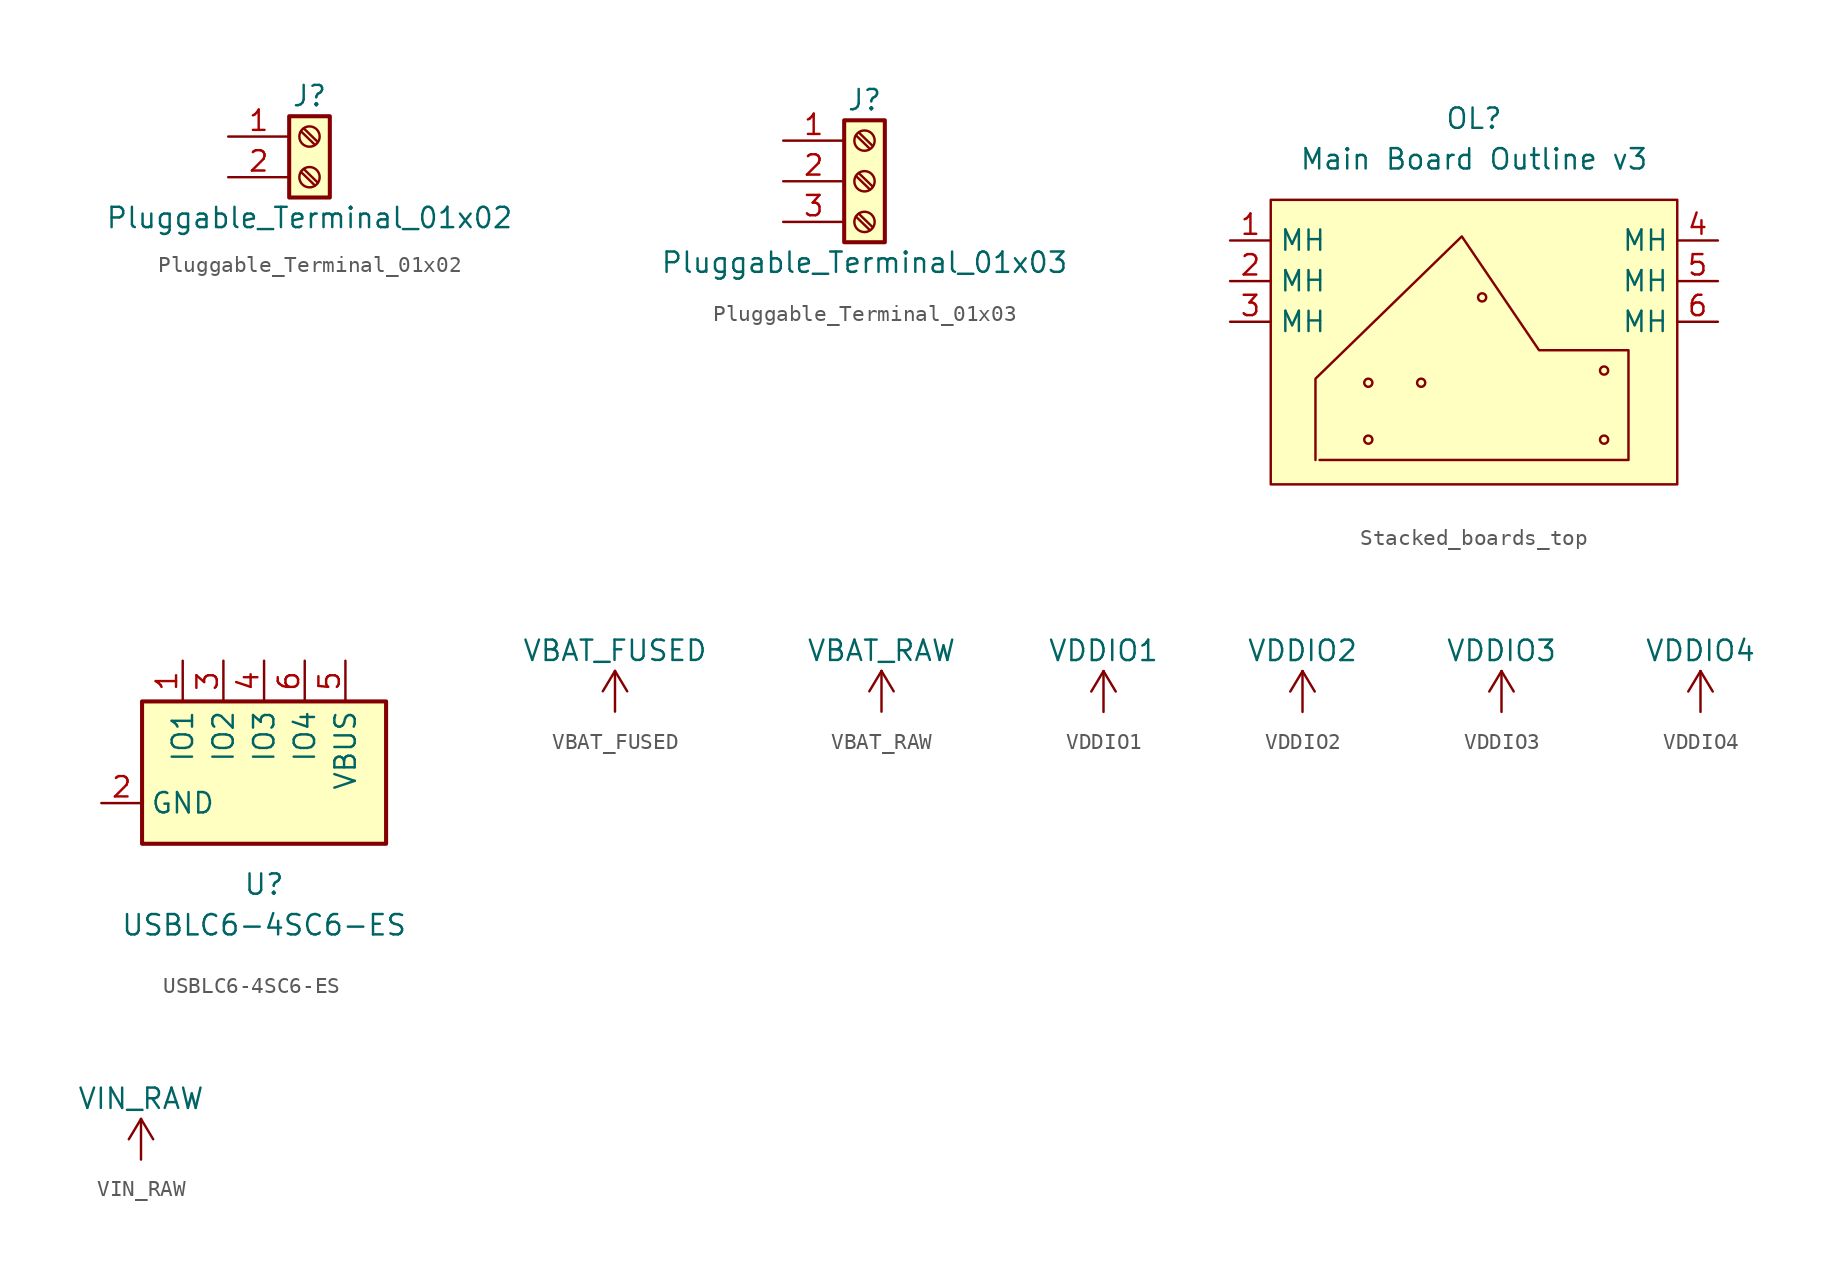
<source format=kicad_sym>
(kicad_symbol_lib
  (version 20231120)
  (generator "kicad_symbol_editor")
  (generator_version "8.0")
  (symbol "Pluggable_Terminal_01x02"
    (pin_names
      (offset 1.016) hide)
    (property "Reference" "J"
      (at 0 2.54 0)
      (effects (font (size 1.27 1.27))))
    (property "Value" "Pluggable_Terminal_01x02"
      (at 0 -5.08 0)
      (effects (font (size 1.27 1.27))))
    (symbol "Pluggable_Terminal_01x02_1_1"
      (rectangle (start -1.27 1.27) (end 1.27 -3.81) (stroke (width 0.254) (type default)) (fill (type background)))
      (circle (center 0 -2.54) (radius 0.635) (stroke (width 0.152) (type default)) (fill (type none)))
      (polyline (pts (xy -0.533 -2.21) (xy 0.33 -3.048)) (stroke (width 0.152) (type default)) (fill (type none)))
      (polyline (pts (xy -0.533 0.33) (xy 0.33 -0.508)) (stroke (width 0.152) (type default)) (fill (type none)))
      (polyline (pts (xy -0.356 -2.032) (xy 0.508 -2.87)) (stroke (width 0.152) (type default)) (fill (type none)))
      (polyline (pts (xy -0.356 0.508) (xy 0.508 -0.33)) (stroke (width 0.152) (type default)) (fill (type none)))
      (circle (center 0 0) (radius 0.635) (stroke (width 0.152) (type default)) (fill (type none)))
      (pin passive line (at -5.08 0 0) (length 3.81) (name "Pin_1" (effects (font (size 1.27 1.27)))) (number "1" (effects (font (size 1.27 1.27)))))
      (pin passive line (at -5.08 -2.54 0) (length 3.81) (name "Pin_2" (effects (font (size 1.27 1.27)))) (number "2" (effects (font (size 1.27 1.27)))))))
  (symbol "Pluggable_Terminal_01x03"
    (pin_names
      (offset 1.016) hide)
    (property "Reference" "J"
      (at 0 5.08 0)
      (effects (font (size 1.27 1.27))))
    (property "Value" "Pluggable_Terminal_01x03"
      (at 0 -5.08 0)
      (effects (font (size 1.27 1.27))))
    (symbol "Pluggable_Terminal_01x03_1_1"
      (rectangle (start -1.27 3.81) (end 1.27 -3.81) (stroke (width 0.254) (type default)) (fill (type background)))
      (circle (center 0 -2.54) (radius 0.635) (stroke (width 0.152) (type default)) (fill (type none)))
      (polyline (pts (xy -0.533 -2.21) (xy 0.33 -3.048)) (stroke (width 0.152) (type default)) (fill (type none)))
      (polyline (pts (xy -0.533 0.33) (xy 0.33 -0.508)) (stroke (width 0.152) (type default)) (fill (type none)))
      (polyline (pts (xy -0.533 2.87) (xy 0.33 2.032)) (stroke (width 0.152) (type default)) (fill (type none)))
      (polyline (pts (xy -0.356 -2.032) (xy 0.508 -2.87)) (stroke (width 0.152) (type default)) (fill (type none)))
      (polyline (pts (xy -0.356 0.508) (xy 0.508 -0.33)) (stroke (width 0.152) (type default)) (fill (type none)))
      (polyline (pts (xy -0.356 3.048) (xy 0.508 2.21)) (stroke (width 0.152) (type default)) (fill (type none)))
      (circle (center 0 0) (radius 0.635) (stroke (width 0.152) (type default)) (fill (type none)))
      (circle (center 0 2.54) (radius 0.635) (stroke (width 0.152) (type default)) (fill (type none)))
      (pin passive line (at -5.08 2.54 0) (length 3.81) (name "Pin_1" (effects (font (size 1.27 1.27)))) (number "1" (effects (font (size 1.27 1.27)))))
      (pin passive line (at -5.08 0 0) (length 3.81) (name "Pin_2" (effects (font (size 1.27 1.27)))) (number "2" (effects (font (size 1.27 1.27)))))
      (pin passive line (at -5.08 -2.54 0) (length 3.81) (name "Pin_3" (effects (font (size 1.27 1.27)))) (number "3" (effects (font (size 1.27 1.27)))))))
  (symbol "Stacked_boards_top"
    (property "Reference" "OL"
      (at 0 5.08 0)
      (effects (font (size 1.27 1.27))))
    (property "Value" "Main Board Outline v3"
      (at 0 2.54 0)
      (effects (font (size 1.27 1.27))))
    (symbol "Stacked_boards_top_0_0"
      (pin unspecified line (at -15.24 -2.54 0) (length 2.54) (name "MH" (effects (font (size 1.27 1.27)))) (number "1" (effects (font (size 1.27 1.27)))))
      (pin unspecified line (at -15.24 -5.08 0) (length 2.54) (name "MH" (effects (font (size 1.27 1.27)))) (number "2" (effects (font (size 1.27 1.27)))))
      (pin unspecified line (at -15.24 -7.62 0) (length 2.54) (name "MH" (effects (font (size 1.27 1.27)))) (number "3" (effects (font (size 1.27 1.27)))))
      (pin unspecified line (at 15.24 -2.54 180) (length 2.54) (name "MH" (effects (font (size 1.27 1.27)))) (number "4" (effects (font (size 1.27 1.27)))))
      (pin unspecified line (at 15.24 -5.08 180) (length 2.54) (name "MH" (effects (font (size 1.27 1.27)))) (number "5" (effects (font (size 1.27 1.27)))))
      (pin unspecified line (at 15.24 -7.62 180) (length 2.54) (name "MH" (effects (font (size 1.27 1.27)))) (number "6" (effects (font (size 1.27 1.27))))))
    (symbol "Stacked_boards_top_1_1"
      (rectangle (start -12.7 0) (end 12.7 -17.78) (stroke (width 0) (type default)) (fill (type background)))
      (circle (center -6.604 -14.986) (radius 0.254) (stroke (width 0) (type default)) (fill (type none)))
      (circle (center -6.604 -11.43) (radius 0.254) (stroke (width 0) (type default)) (fill (type none)))
      (circle (center -3.302 -11.43) (radius 0.254) (stroke (width 0) (type default)) (fill (type none)))
      (polyline (pts (xy -9.906 -16.256) (xy -9.906 -11.176) (xy -0.762 -2.286) (xy 4.064 -9.398) (xy 9.652 -9.398) (xy 9.652 -16.256) (xy -9.652 -16.256)) (stroke (width 0) (type default)) (fill (type none)))
      (circle (center 0.508 -6.096) (radius 0.254) (stroke (width 0) (type default)) (fill (type none)))
      (circle (center 8.128 -14.986) (radius 0.254) (stroke (width 0) (type default)) (fill (type none)))
      (circle (center 8.128 -10.668) (radius 0.254) (stroke (width 0) (type default)) (fill (type none)))))
  (symbol "USBLC6-4SC6-ES"
    (property "Reference" "U"
      (at 0 -6.35 0)
      (effects (font (size 1.27 1.27))))
    (property "Value" "USBLC6-4SC6-ES"
      (at 0 -8.89 0)
      (effects (font (size 1.27 1.27))))
    (symbol "USBLC6-4SC6-ES_1_1"
      (rectangle (start -7.62 5.08) (end 7.62 -3.81) (stroke (width 0.254) (type default)) (fill (type background)))
      (pin passive line (at -5.08 7.62 270) (length 2.54) (name "IO1" (effects (font (size 1.27 1.27)))) (number "1" (effects (font (size 1.27 1.27)))))
      (pin passive line (at -10.16 -1.27 0) (length 2.54) (name "GND" (effects (font (size 1.27 1.27)))) (number "2" (effects (font (size 1.27 1.27)))))
      (pin passive line (at -2.54 7.62 270) (length 2.54) (name "IO2" (effects (font (size 1.27 1.27)))) (number "3" (effects (font (size 1.27 1.27)))))
      (pin passive line (at 0 7.62 270) (length 2.54) (name "IO3" (effects (font (size 1.27 1.27)))) (number "4" (effects (font (size 1.27 1.27)))))
      (pin passive line (at 5.08 7.62 270) (length 2.54) (name "VBUS" (effects (font (size 1.27 1.27)))) (number "5" (effects (font (size 1.27 1.27)))))
      (pin passive line (at 2.54 7.62 270) (length 2.54) (name "IO4" (effects (font (size 1.27 1.27)))) (number "6" (effects (font (size 1.27 1.27)))))))
  (symbol "VBAT_FUSED"
    (power)
    (pin_names
      (offset 0))
    (property "Reference" "#PWR"
      (at 0 -3.81 0)
      (effects (font (size 1.27 1.27)) (hide yes)))
    (property "Value" "VBAT_FUSED"
      (at 0 3.81 0)
      (effects (font (size 1.27 1.27))))
    (symbol "VBAT_FUSED_0_1"
      (polyline (pts (xy -0.762 1.27) (xy 0 2.54)) (stroke (width 0) (type default)) (fill (type none)))
      (polyline (pts (xy 0 0) (xy 0 2.54)) (stroke (width 0) (type default)) (fill (type none)))
      (polyline (pts (xy 0 2.54) (xy 0.762 1.27)) (stroke (width 0) (type default)) (fill (type none))))
    (symbol "VBAT_FUSED_1_1"
      (pin power_in line (at 0 0 90) (length 0) hide (name "VBAT_FUSED" (effects (font (size 1.27 1.27)))) (number "1" (effects (font (size 1.27 1.27)))))))
  (symbol "VBAT_RAW"
    (power)
    (pin_names
      (offset 0))
    (property "Reference" "#PWR"
      (at 0 -3.81 0)
      (effects (font (size 1.27 1.27)) (hide yes)))
    (property "Value" "VBAT_RAW"
      (at 0 3.81 0)
      (effects (font (size 1.27 1.27))))
    (symbol "VBAT_RAW_0_1"
      (polyline (pts (xy -0.762 1.27) (xy 0 2.54)) (stroke (width 0) (type default)) (fill (type none)))
      (polyline (pts (xy 0 0) (xy 0 2.54)) (stroke (width 0) (type default)) (fill (type none)))
      (polyline (pts (xy 0 2.54) (xy 0.762 1.27)) (stroke (width 0) (type default)) (fill (type none))))
    (symbol "VBAT_RAW_1_1"
      (pin power_in line (at 0 0 90) (length 0) hide (name "VBAT_RAW" (effects (font (size 1.27 1.27)))) (number "1" (effects (font (size 1.27 1.27)))))))
  (symbol "VDDIO1"
    (power)
    (pin_names
      (offset 0))
    (property "Reference" "#PWR"
      (at 0 -3.81 0)
      (effects (font (size 1.27 1.27)) (hide yes)))
    (property "Value" "VDDIO1"
      (at 0 3.81 0)
      (effects (font (size 1.27 1.27))))
    (symbol "VDDIO1_0_1"
      (polyline (pts (xy -0.762 1.27) (xy 0 2.54)) (stroke (width 0) (type default)) (fill (type none)))
      (polyline (pts (xy 0 0) (xy 0 2.54)) (stroke (width 0) (type default)) (fill (type none)))
      (polyline (pts (xy 0 2.54) (xy 0.762 1.27)) (stroke (width 0) (type default)) (fill (type none))))
    (symbol "VDDIO1_1_1"
      (pin power_in line (at 0 0 90) (length 0) hide (name "VDDIO1" (effects (font (size 1.27 1.27)))) (number "1" (effects (font (size 1.27 1.27)))))))
  (symbol "VDDIO2"
    (power)
    (pin_names
      (offset 0))
    (property "Reference" "#PWR"
      (at 0 -3.81 0)
      (effects (font (size 1.27 1.27)) (hide yes)))
    (property "Value" "VDDIO2"
      (at 0 3.81 0)
      (effects (font (size 1.27 1.27))))
    (symbol "VDDIO2_0_1"
      (polyline (pts (xy -0.762 1.27) (xy 0 2.54)) (stroke (width 0) (type default)) (fill (type none)))
      (polyline (pts (xy 0 0) (xy 0 2.54)) (stroke (width 0) (type default)) (fill (type none)))
      (polyline (pts (xy 0 2.54) (xy 0.762 1.27)) (stroke (width 0) (type default)) (fill (type none))))
    (symbol "VDDIO2_1_1"
      (pin power_in line (at 0 0 90) (length 0) hide (name "VDDIO2" (effects (font (size 1.27 1.27)))) (number "1" (effects (font (size 1.27 1.27)))))))
  (symbol "VDDIO3"
    (power)
    (pin_names
      (offset 0))
    (property "Reference" "#PWR"
      (at 0 -3.81 0)
      (effects (font (size 1.27 1.27)) (hide yes)))
    (property "Value" "VDDIO3"
      (at 0 3.81 0)
      (effects (font (size 1.27 1.27))))
    (symbol "VDDIO3_0_1"
      (polyline (pts (xy -0.762 1.27) (xy 0 2.54)) (stroke (width 0) (type default)) (fill (type none)))
      (polyline (pts (xy 0 0) (xy 0 2.54)) (stroke (width 0) (type default)) (fill (type none)))
      (polyline (pts (xy 0 2.54) (xy 0.762 1.27)) (stroke (width 0) (type default)) (fill (type none))))
    (symbol "VDDIO3_1_1"
      (pin power_in line (at 0 0 90) (length 0) hide (name "VDDIO3" (effects (font (size 1.27 1.27)))) (number "1" (effects (font (size 1.27 1.27)))))))
  (symbol "VDDIO4"
    (power)
    (pin_names
      (offset 0))
    (property "Reference" "#PWR"
      (at 0 -3.81 0)
      (effects (font (size 1.27 1.27)) (hide yes)))
    (property "Value" "VDDIO4"
      (at 0 3.81 0)
      (effects (font (size 1.27 1.27))))
    (symbol "VDDIO4_0_1"
      (polyline (pts (xy -0.762 1.27) (xy 0 2.54)) (stroke (width 0) (type default)) (fill (type none)))
      (polyline (pts (xy 0 0) (xy 0 2.54)) (stroke (width 0) (type default)) (fill (type none)))
      (polyline (pts (xy 0 2.54) (xy 0.762 1.27)) (stroke (width 0) (type default)) (fill (type none))))
    (symbol "VDDIO4_1_1"
      (pin power_in line (at 0 0 90) (length 0) hide (name "VDDIO4" (effects (font (size 1.27 1.27)))) (number "1" (effects (font (size 1.27 1.27)))))))
  (symbol "VIN_RAW"
    (power)
    (pin_names
      (offset 0))
    (property "Reference" "#PWR"
      (at 0 -3.81 0)
      (effects (font (size 1.27 1.27)) (hide yes)))
    (property "Value" "VIN_RAW"
      (at 0 3.81 0)
      (effects (font (size 1.27 1.27))))
    (symbol "VIN_RAW_0_1"
      (polyline (pts (xy -0.762 1.27) (xy 0 2.54)) (stroke (width 0) (type default)) (fill (type none)))
      (polyline (pts (xy 0 0) (xy 0 2.54)) (stroke (width 0) (type default)) (fill (type none)))
      (polyline (pts (xy 0 2.54) (xy 0.762 1.27)) (stroke (width 0) (type default)) (fill (type none))))
    (symbol "VIN_RAW_1_1"
      (pin power_in line (at 0 0 90) (length 0) hide (name "VIN_RAW" (effects (font (size 1.27 1.27)))) (number "1" (effects (font (size 1.27 1.27))))))))
</source>
